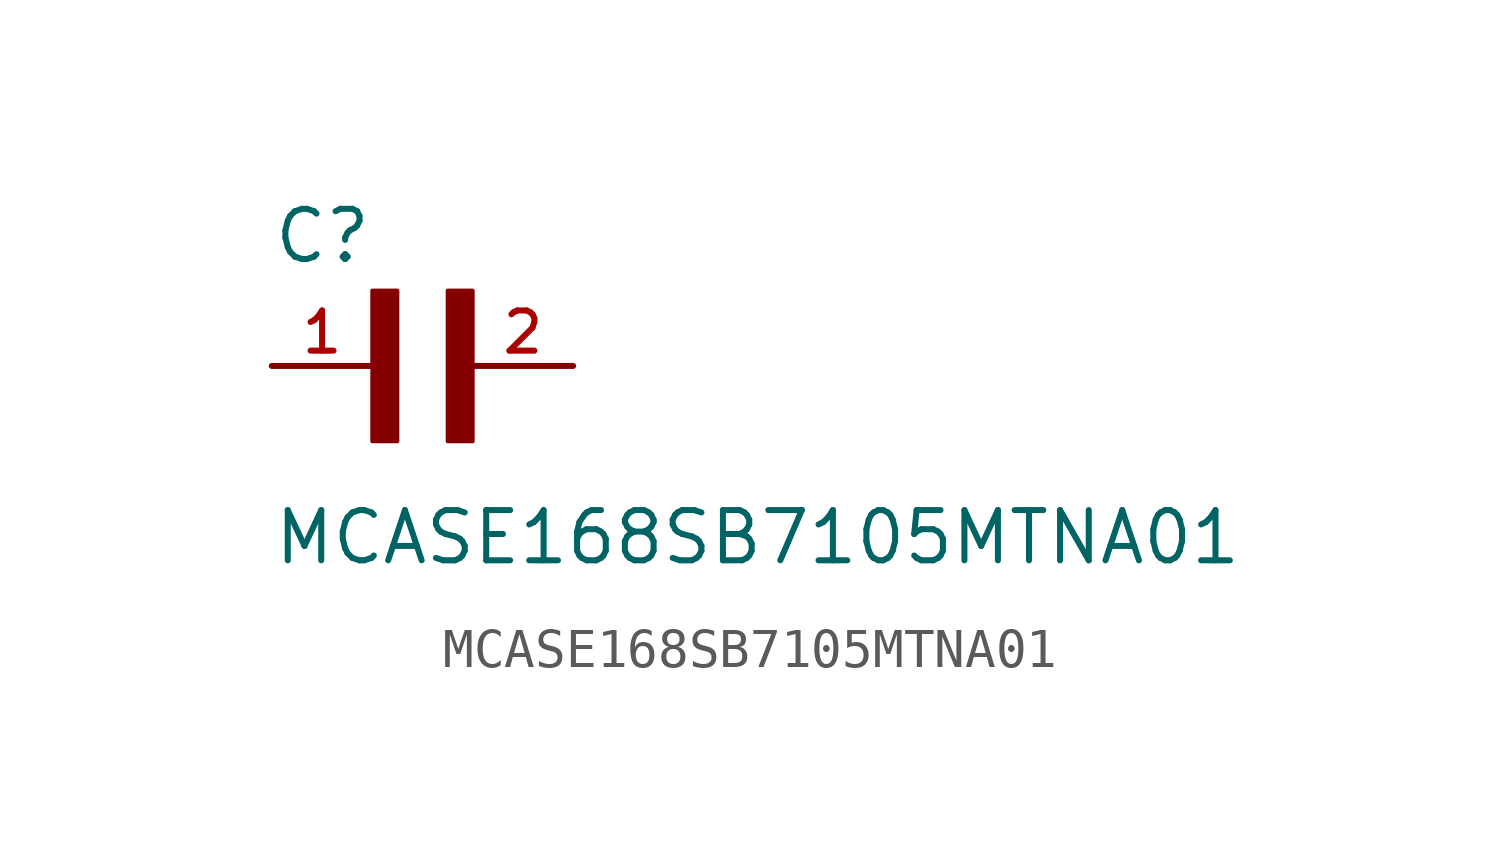
<source format=kicad_sym>
(kicad_symbol_lib
  (version 20211014)
  (generator kicad_symbol_editor)
  (symbol "MCASE168SB7105MTNA01"
    (pin_names
      (offset 1.016))
    (property "Reference" "C"
      (at -2.54 2.54 0)
      (effects (font (size 1.27 1.27)) (justify bottom left)))
    (property "Value" "MCASE168SB7105MTNA01"
      (at -2.54 -5.08 0)
      (effects (font (size 1.27 1.27)) (justify bottom left)))
    (symbol "MCASE168SB7105MTNA01_0_0"
      (rectangle (start 0.0 -1.907) (end 0.635 1.905) (stroke (width 0.1)) (fill (type outline)))
      (rectangle (start 1.907 -1.907) (end 2.54 1.905) (stroke (width 0.1)) (fill (type outline)))
      (pin passive line (at -2.54 0.0 0) (length 2.54) (name "~" (effects (font (size 1.016 1.016)))) (number "1" (effects (font (size 1.016 1.016)))))
      (pin passive line (at 5.08 0.0 180.0) (length 2.54) (name "~" (effects (font (size 1.016 1.016)))) (number "2" (effects (font (size 1.016 1.016))))))))
</source>
